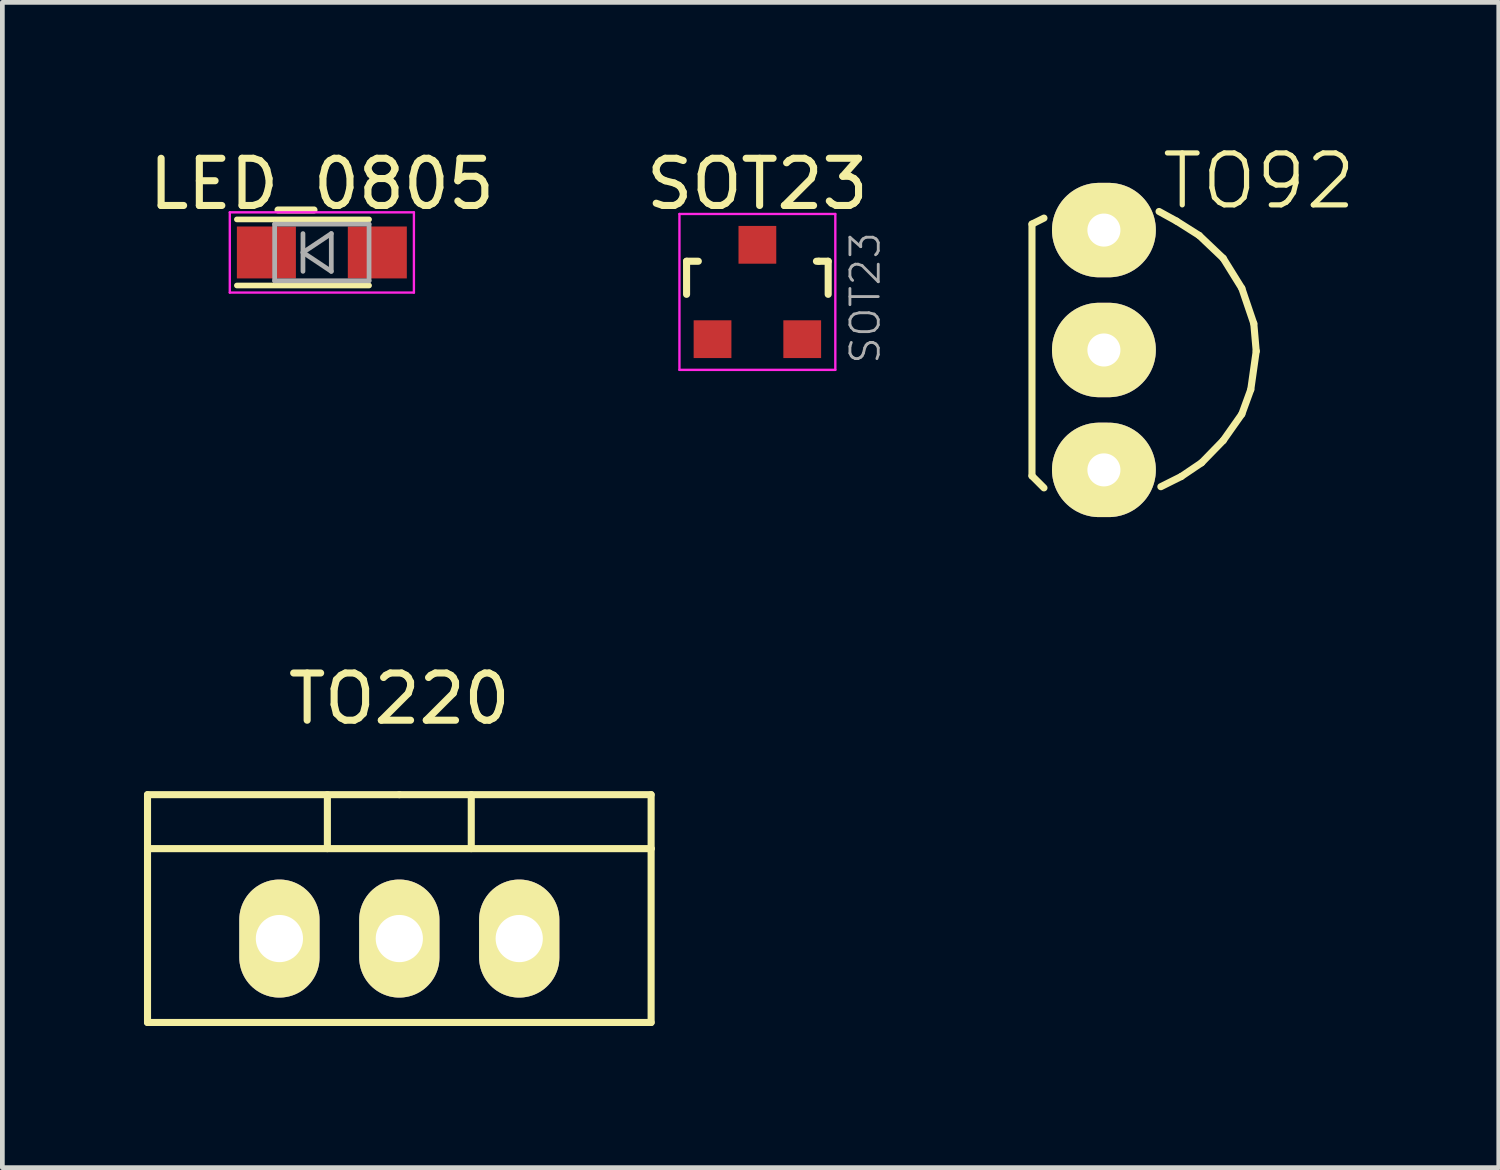
<source format=kicad_pcb>
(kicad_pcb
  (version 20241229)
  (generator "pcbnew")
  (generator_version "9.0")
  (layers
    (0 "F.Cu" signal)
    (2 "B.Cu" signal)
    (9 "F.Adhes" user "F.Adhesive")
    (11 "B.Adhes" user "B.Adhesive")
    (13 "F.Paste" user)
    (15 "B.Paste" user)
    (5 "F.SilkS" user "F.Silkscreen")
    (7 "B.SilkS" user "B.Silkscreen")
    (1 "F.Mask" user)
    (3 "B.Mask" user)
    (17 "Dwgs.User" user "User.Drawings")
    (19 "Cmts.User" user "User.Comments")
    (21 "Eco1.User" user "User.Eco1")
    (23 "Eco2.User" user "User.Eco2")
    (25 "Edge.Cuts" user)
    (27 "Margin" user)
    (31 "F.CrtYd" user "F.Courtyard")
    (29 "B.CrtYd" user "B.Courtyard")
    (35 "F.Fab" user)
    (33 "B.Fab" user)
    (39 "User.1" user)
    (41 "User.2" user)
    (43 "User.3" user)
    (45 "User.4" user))
  (footprint "LED_0805"
    (layer "F.Cu")
    (at 3.768 2.298)
    (property "Reference" "LED_0805" (at 0 -1.45 0) (layer "F.SilkS") (effects (font (size 1 1) (thickness 0.15))))
    (attr smd)
    (fp_line (start -1.8 -0.7) (end 1 -0.7) (stroke (width 0.12) (type solid)) (layer "F.SilkS"))
    (fp_line (start -1.8 0.7) (end 1 0.7) (stroke (width 0.12) (type solid)) (layer "F.SilkS"))
    (fp_line (start -1.95 -0.85) (end 1.95 -0.85) (stroke (width 0.05) (type solid)) (layer "F.CrtYd"))
    (fp_line (start -1.95 0.85) (end -1.95 -0.85) (stroke (width 0.05) (type solid)) (layer "F.CrtYd"))
    (fp_line (start 1.95 -0.85) (end 1.95 0.85) (stroke (width 0.05) (type solid)) (layer "F.CrtYd"))
    (fp_line (start 1.95 0.85) (end -1.95 0.85) (stroke (width 0.05) (type solid)) (layer "F.CrtYd"))
    (fp_line (start -1 -0.6) (end 1 -0.6) (stroke (width 0.1) (type solid)) (layer "F.Fab"))
    (fp_line (start -1 0.6) (end -1 -0.6) (stroke (width 0.1) (type solid)) (layer "F.Fab"))
    (fp_line (start -0.4 -0.4) (end -0.4 0.4) (stroke (width 0.1) (type solid)) (layer "F.Fab"))
    (fp_line (start -0.4 0) (end 0.2 -0.4) (stroke (width 0.1) (type solid)) (layer "F.Fab"))
    (fp_line (start 0.2 -0.4) (end 0.2 0.4) (stroke (width 0.1) (type solid)) (layer "F.Fab"))
    (fp_line (start 0.2 0.4) (end -0.4 0) (stroke (width 0.1) (type solid)) (layer "F.Fab"))
    (fp_line (start 1 -0.6) (end 1 0.6) (stroke (width 0.1) (type solid)) (layer "F.Fab"))
    (fp_line (start 1 0.6) (end -1 0.6) (stroke (width 0.1) (type solid)) (layer "F.Fab"))
    (pad "1" smd rect (at -1.175 0 180) (size 1.25 1.1) (layers "F.Cu" "F.Mask" "F.Paste"))
    (pad "2" smd rect (at 1.175 0 180) (size 1.25 1.1) (layers "F.Cu" "F.Mask" "F.Paste")))
  (footprint "SOT23"
    (layer "F.Cu")
    (at 12.994 3.134)
    (property "Reference" "SOT23" (at 0 -2.286 0) (layer "F.SilkS") (effects (font (size 1 1) (thickness 0.15))))
    (attr smd)
    (fp_line (start -1.5 -0.65) (end -1.251 -0.65) (stroke (width 0.15) (type solid)) (layer "F.SilkS"))
    (fp_line (start -1.5 0.051) (end -1.5 -0.65) (stroke (width 0.15) (type solid)) (layer "F.SilkS"))
    (fp_line (start 1.299 -0.65) (end 1.251 -0.65) (stroke (width 0.15) (type solid)) (layer "F.SilkS"))
    (fp_line (start 1.299 -0.65) (end 1.5 -0.65) (stroke (width 0.15) (type solid)) (layer "F.SilkS"))
    (fp_line (start 1.5 -0.65) (end 1.5 0.051) (stroke (width 0.15) (type solid)) (layer "F.SilkS"))
    (fp_line (start -1.651 1.651) (end -1.651 -1.651) (stroke (width 0.05) (type solid)) (layer "F.CrtYd"))
    (fp_line (start -1.65 -1.651) (end 1.65 -1.651) (stroke (width 0.05) (type solid)) (layer "F.CrtYd"))
    (fp_line (start 1.65 1.651) (end -1.65 1.651) (stroke (width 0.05) (type solid)) (layer "F.CrtYd"))
    (fp_line (start 1.651 -1.651) (end 1.651 1.651) (stroke (width 0.05) (type solid)) (layer "F.CrtYd"))
    (fp_text user "${REFERENCE}" (at 2.286 0.127 90) (layer "F.Fab") (effects (font (size 0.6 0.6) (thickness 0.06))))
    (pad "1" smd rect (at -0.95 1.001) (size 0.8 0.8) (layers "F.Cu" "F.Mask" "F.Paste"))
    (pad "2" smd rect (at 0.95 1.001) (size 0.8 0.8) (layers "F.Cu" "F.Mask" "F.Paste"))
    (pad "3" smd rect (at 0 -0.998) (size 0.8 0.8) (layers "F.Cu" "F.Mask" "F.Paste")))
  (footprint "TO220"
    (layer "F.Cu")
    (at 5.409 16.832)
    (property "Reference" "TO220" (at 0 -5.08 0) (layer "F.SilkS") (effects (font (size 1 1) (thickness 0.15))))
    (attr through_hole)
    (fp_line (start -5.334 -1.905) (end -5.334 -3.048) (stroke (width 0.15) (type solid)) (layer "F.SilkS"))
    (fp_line (start -5.334 1.778) (end -5.334 -1.905) (stroke (width 0.15) (type solid)) (layer "F.SilkS"))
    (fp_line (start -1.524 -3.048) (end -1.524 -1.905) (stroke (width 0.15) (type solid)) (layer "F.SilkS"))
    (fp_line (start 0 -3.048) (end -5.334 -3.048) (stroke (width 0.15) (type solid)) (layer "F.SilkS"))
    (fp_line (start 0 -3.048) (end 5.334 -3.048) (stroke (width 0.15) (type solid)) (layer "F.SilkS"))
    (fp_line (start 1.524 -3.048) (end 1.524 -1.905) (stroke (width 0.15) (type solid)) (layer "F.SilkS"))
    (fp_line (start 5.334 -3.048) (end 5.334 -1.905) (stroke (width 0.15) (type solid)) (layer "F.SilkS"))
    (fp_line (start 5.334 -1.905) (end -5.334 -1.905) (stroke (width 0.15) (type solid)) (layer "F.SilkS"))
    (fp_line (start 5.334 -1.905) (end 5.334 1.778) (stroke (width 0.15) (type solid)) (layer "F.SilkS"))
    (fp_line (start 5.334 1.778) (end -5.334 1.778) (stroke (width 0.15) (type solid)) (layer "F.SilkS"))
    (pad "1" thru_hole oval (at -2.54 0 90) (size 2.5 1.7) (drill 1) (layers "*.Cu" "*.Mask" "F.SilkS"))
    (pad "2" thru_hole oval (at 0 0 90) (size 2.5 1.7) (drill 1) (layers "*.Cu" "*.Mask" "F.SilkS"))
    (pad "3" thru_hole oval (at 2.54 0 90) (size 2.5 1.7) (drill 1) (layers "*.Cu" "*.Mask" "F.SilkS")))
  (footprint "TO92"
    (layer "F.Cu")
    (at 20.335 4.364)
    (property "Reference" "TO92" (at 1.168 -2.934 0) (layer "F.SilkS") (effects (font (size 1.1 1.1) (thickness 0.11)) (justify left bottom)))
    (attr through_hole)
    (fp_line (start -1.524 -2.667) (end -1.524 2.667) (stroke (width 0.15) (type solid)) (layer "F.SilkS"))
    (fp_line (start -1.524 -2.667) (end -1.27 -2.794) (stroke (width 0.15) (type solid)) (layer "F.SilkS"))
    (fp_line (start -1.524 2.667) (end -1.27 2.921) (stroke (width 0.15) (type solid)) (layer "F.SilkS"))
    (fp_line (start 1.168 -2.934) (end 1.537 -2.731) (stroke (width 0.15) (type solid)) (layer "F.SilkS"))
    (fp_line (start 1.537 -2.731) (end 2.019 -2.426) (stroke (width 0.15) (type solid)) (layer "F.SilkS"))
    (fp_line (start 1.638 2.68) (end 1.206 2.896) (stroke (width 0.15) (type solid)) (layer "F.SilkS"))
    (fp_line (start 2.019 -2.426) (end 2.527 -1.943) (stroke (width 0.15) (type solid)) (layer "F.SilkS"))
    (fp_line (start 2.07 2.388) (end 1.638 2.68) (stroke (width 0.15) (type solid)) (layer "F.SilkS"))
    (fp_line (start 2.527 -1.943) (end 2.921 -1.308) (stroke (width 0.15) (type solid)) (layer "F.SilkS"))
    (fp_line (start 2.527 1.918) (end 2.07 2.388) (stroke (width 0.15) (type solid)) (layer "F.SilkS"))
    (fp_line (start 2.921 -1.308) (end 3.175 -0.559) (stroke (width 0.15) (type solid)) (layer "F.SilkS"))
    (fp_line (start 2.921 1.359) (end 2.527 1.918) (stroke (width 0.15) (type solid)) (layer "F.SilkS"))
    (fp_line (start 3.111 0.838) (end 2.921 1.359) (stroke (width 0.15) (type solid)) (layer "F.SilkS"))
    (fp_line (start 3.175 -0.559) (end 3.226 0.025) (stroke (width 0.15) (type solid)) (layer "F.SilkS"))
    (fp_line (start 3.226 0.025) (end 3.111 0.838) (stroke (width 0.15) (type solid)) (layer "F.SilkS"))
    (pad "1" thru_hole oval (at 0 -2.54) (size 2.2 2) (drill 0.7) (layers "*.Cu" "*.Mask" "F.SilkS"))
    (pad "2" thru_hole oval (at 0 0) (size 2.2 2) (drill 0.7) (layers "*.Cu" "*.Mask" "F.SilkS"))
    (pad "3" thru_hole oval (at 0 2.54) (size 2.2 2) (drill 0.7) (layers "*.Cu" "*.Mask" "F.SilkS")))
  (gr_rect
    (start -3 -3)
    (end 28.699 21.685)
    (stroke (width 0.1) (type default))
    (fill no)
    (layer "Edge.Cuts")))
</source>
